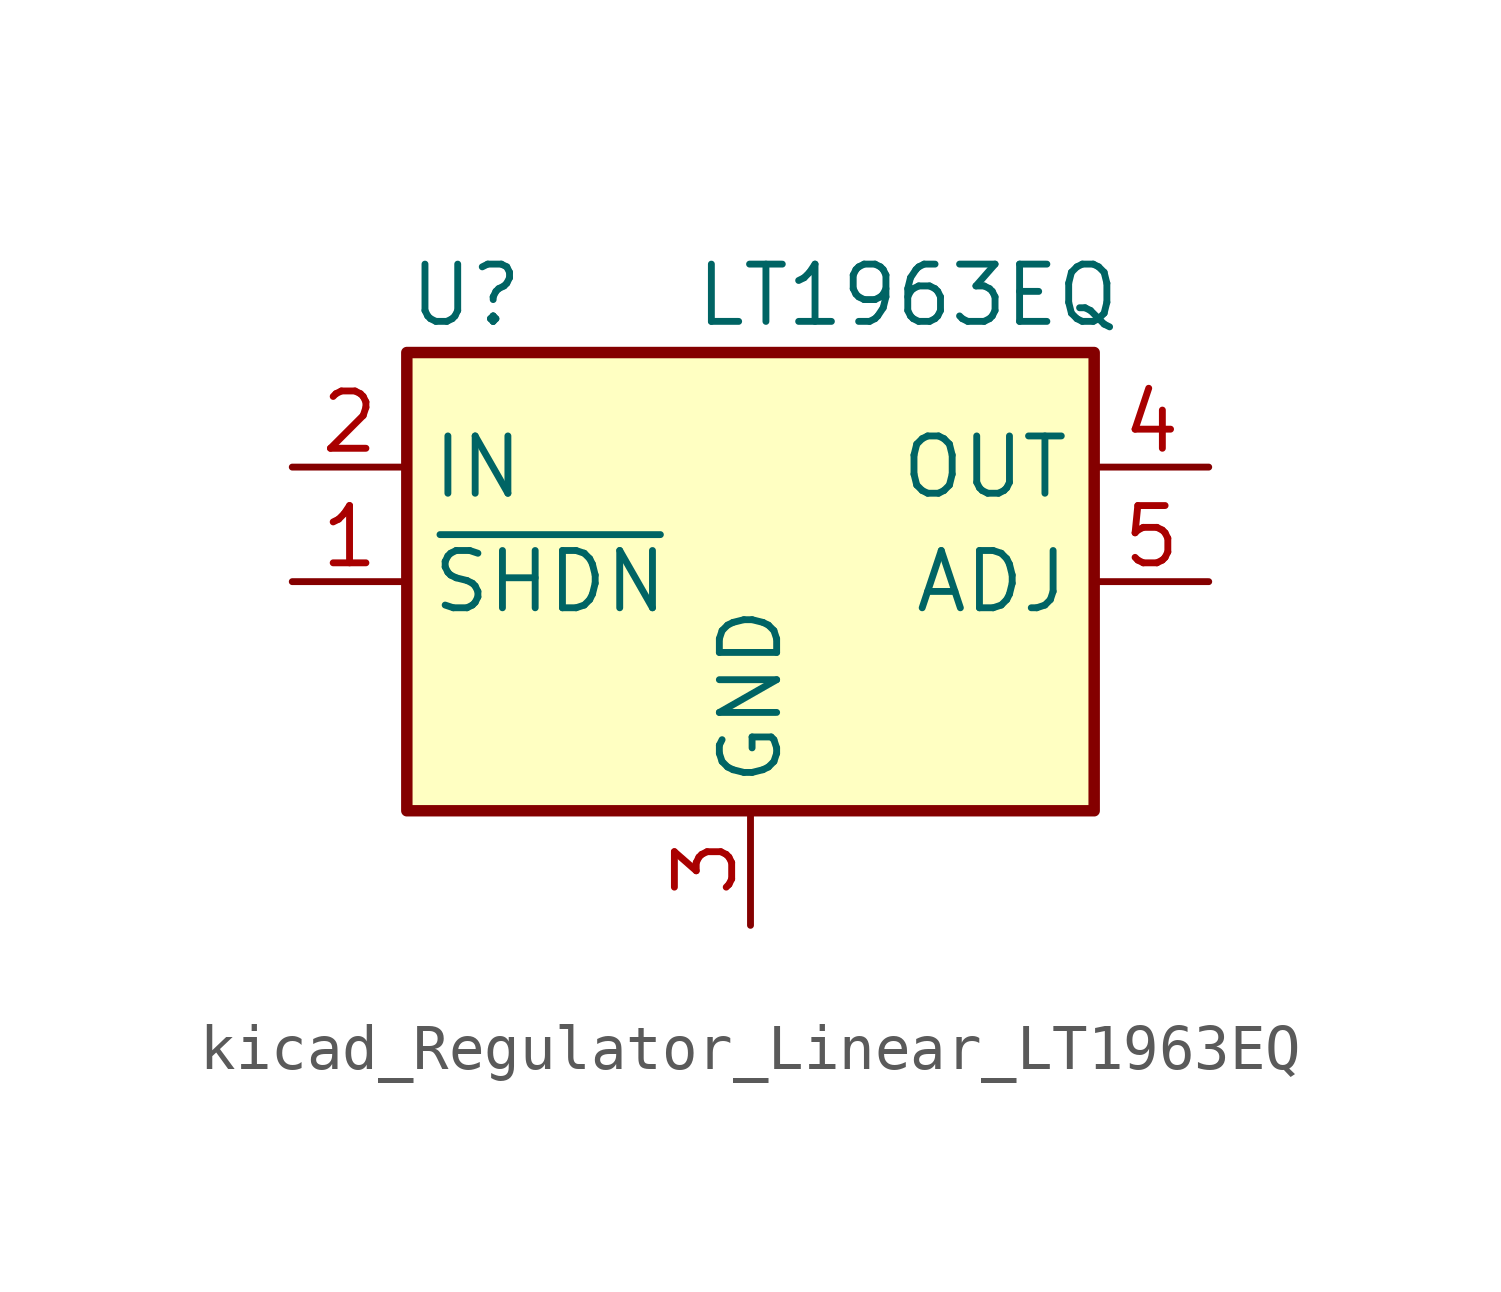
<source format=kicad_sym>
(kicad_symbol_lib
  (version 20220914)
  (generator kicad_symbol_editor)
  (symbol "kicad_Regulator_Linear_LT1963EQ"
    (property "Reference" "U"
      (at -7.62 6.35 0)
      (effects (font (size 1.27 1.27)) (justify left)))
    (property "Value" "LT1963EQ"
      (at -1.27 6.35 0)
      (effects (font (size 1.27 1.27)) (justify left)))
    (symbol "kicad_Regulator_Linear_LT1963EQ_0_1"
      (rectangle (start -7.62 5.08) (end 7.62 -5.08) (stroke (width 0.254) (type default)) (fill (type background))))
    (symbol "kicad_Regulator_Linear_LT1963EQ_1_1"
      (pin input line (at -10.16 0 0) (length 2.54) (name "~{SHDN}" (effects (font (size 1.27 1.27)))) (number "1" (effects (font (size 1.27 1.27)))))
      (pin power_in line (at -10.16 2.54 0) (length 2.54) (name "IN" (effects (font (size 1.27 1.27)))) (number "2" (effects (font (size 1.27 1.27)))))
      (pin power_in line (at 0 -7.62 90) (length 2.54) (name "GND" (effects (font (size 1.27 1.27)))) (number "3" (effects (font (size 1.27 1.27)))))
      (pin power_out line (at 10.16 2.54 180) (length 2.54) (name "OUT" (effects (font (size 1.27 1.27)))) (number "4" (effects (font (size 1.27 1.27)))))
      (pin input line (at 10.16 0 180) (length 2.54) (name "ADJ" (effects (font (size 1.27 1.27)))) (number "5" (effects (font (size 1.27 1.27))))))))
</source>
